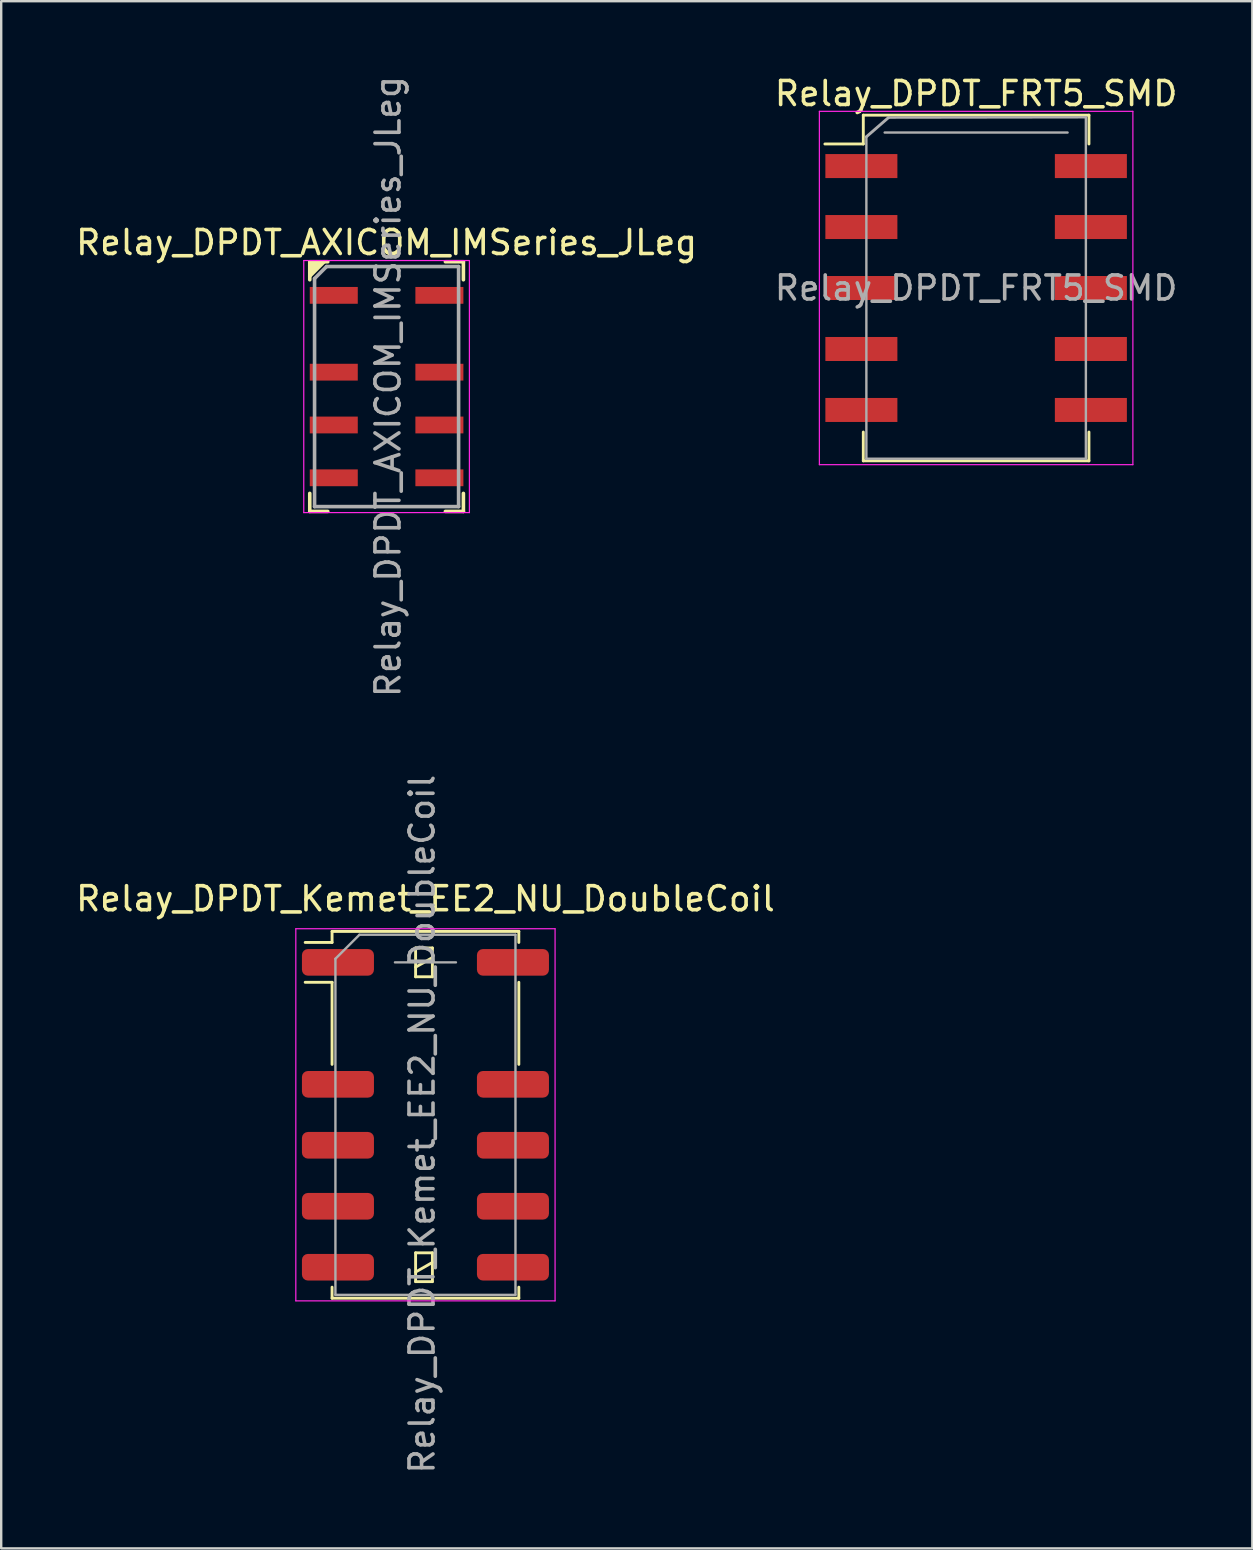
<source format=kicad_pcb>
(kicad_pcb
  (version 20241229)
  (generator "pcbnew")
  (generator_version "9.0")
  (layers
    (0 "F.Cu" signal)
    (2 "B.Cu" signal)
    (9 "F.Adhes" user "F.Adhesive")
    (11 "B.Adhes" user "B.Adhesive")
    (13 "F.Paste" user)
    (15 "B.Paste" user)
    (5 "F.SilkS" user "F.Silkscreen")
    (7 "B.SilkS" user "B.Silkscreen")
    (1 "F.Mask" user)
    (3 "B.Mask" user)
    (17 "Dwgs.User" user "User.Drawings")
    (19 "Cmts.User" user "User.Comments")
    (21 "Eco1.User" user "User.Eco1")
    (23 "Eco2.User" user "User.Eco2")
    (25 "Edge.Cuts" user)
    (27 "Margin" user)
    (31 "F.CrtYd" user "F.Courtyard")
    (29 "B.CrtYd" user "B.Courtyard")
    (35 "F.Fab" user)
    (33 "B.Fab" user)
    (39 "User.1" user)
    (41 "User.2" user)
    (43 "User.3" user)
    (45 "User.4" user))
  (footprint "Relay_DPDT_Kemet_EE2_NU_DoubleCoil"
    (layer "F.Cu")
    (at 14.673 43.39)
    (property "Reference" "Relay_DPDT_Kemet_EE2_NU_DoubleCoil" (at 0 -9 180) (layer "F.SilkS") (effects (font (size 1 1) (thickness 0.15))))
    (attr smd)
    (fp_line (start -3.89 -7.64) (end -3.89 -7.18) (stroke (width 0.12) (type solid)) (layer "F.SilkS"))
    (fp_line (start -3.89 -7.18) (end -5.01 -7.18) (stroke (width 0.12) (type solid)) (layer "F.SilkS"))
    (fp_line (start -3.89 -5.52) (end -5.01 -5.52) (stroke (width 0.12) (type solid)) (layer "F.SilkS"))
    (fp_line (start -3.89 -5.52) (end -3.89 -2.1) (stroke (width 0.12) (type solid)) (layer "F.SilkS"))
    (fp_line (start -3.89 7.18) (end -3.89 7.64) (stroke (width 0.12) (type solid)) (layer "F.SilkS"))
    (fp_line (start -0.41 -6.95) (end -0.41 -5.75) (stroke (width 0.12) (type solid)) (layer "F.SilkS"))
    (fp_line (start -0.41 -6.15) (end 0.29 -6.55) (stroke (width 0.12) (type solid)) (layer "F.SilkS"))
    (fp_line (start -0.41 -5.75) (end 0.29 -5.75) (stroke (width 0.12) (type solid)) (layer "F.SilkS"))
    (fp_line (start -0.41 5.75) (end -0.41 6.95) (stroke (width 0.12) (type solid)) (layer "F.SilkS"))
    (fp_line (start -0.41 6.55) (end 0.29 6.15) (stroke (width 0.12) (type solid)) (layer "F.SilkS"))
    (fp_line (start -0.41 6.95) (end 0.29 6.95) (stroke (width 0.12) (type solid)) (layer "F.SilkS"))
    (fp_line (start 0.29 -6.95) (end -0.41 -6.95) (stroke (width 0.12) (type solid)) (layer "F.SilkS"))
    (fp_line (start 0.29 -5.75) (end 0.29 -6.95) (stroke (width 0.12) (type solid)) (layer "F.SilkS"))
    (fp_line (start 0.29 5.75) (end -0.41 5.75) (stroke (width 0.12) (type solid)) (layer "F.SilkS"))
    (fp_line (start 0.29 6.95) (end 0.29 5.75) (stroke (width 0.12) (type solid)) (layer "F.SilkS"))
    (fp_line (start 3.89 -7.64) (end -3.89 -7.64) (stroke (width 0.12) (type solid)) (layer "F.SilkS"))
    (fp_line (start 3.89 -7.64) (end 3.89 -7.18) (stroke (width 0.12) (type solid)) (layer "F.SilkS"))
    (fp_line (start 3.89 -5.52) (end 3.89 -2.1) (stroke (width 0.12) (type solid)) (layer "F.SilkS"))
    (fp_line (start 3.89 7.18) (end 3.89 7.64) (stroke (width 0.12) (type solid)) (layer "F.SilkS"))
    (fp_line (start 3.89 7.64) (end -3.89 7.64) (stroke (width 0.12) (type solid)) (layer "F.SilkS"))
    (fp_line (start -5.4 -7.75) (end -5.4 7.75) (stroke (width 0.05) (type solid)) (layer "F.CrtYd"))
    (fp_line (start -5.4 7.75) (end 5.4 7.75) (stroke (width 0.05) (type solid)) (layer "F.CrtYd"))
    (fp_line (start 5.4 -7.75) (end -5.4 -7.75) (stroke (width 0.05) (type solid)) (layer "F.CrtYd"))
    (fp_line (start 5.4 -7.75) (end 5.4 7.75) (stroke (width 0.05) (type solid)) (layer "F.CrtYd"))
    (fp_line (start -3.75 -6.5) (end -3.75 7.5) (stroke (width 0.1) (type solid)) (layer "F.Fab"))
    (fp_line (start -3.75 -6.5) (end -2.75 -7.5) (stroke (width 0.1) (type solid)) (layer "F.Fab"))
    (fp_line (start -1.27 -6.35) (end 1.27 -6.35) (stroke (width 0.1) (type solid)) (layer "F.Fab"))
    (fp_line (start 3.75 -7.5) (end -2.75 -7.5) (stroke (width 0.1) (type solid)) (layer "F.Fab"))
    (fp_line (start 3.75 -7.5) (end 3.75 7.5) (stroke (width 0.1) (type solid)) (layer "F.Fab"))
    (fp_line (start 3.75 7.5) (end -3.75 7.5) (stroke (width 0.1) (type solid)) (layer "F.Fab"))
    (fp_text user "${REFERENCE}" (at -0.14 0.39 90) (layer "F.Fab") (effects (font (size 1 1) (thickness 0.15))))
    (pad "1" smd roundrect (at -3.645 -6.35 270) (size 1.11 3) (layers "F.Cu" "F.Mask" "F.Paste") (roundrect_rratio 0.225))
    (pad "3" smd roundrect (at -3.645 -1.27 270) (size 1.11 3) (layers "F.Cu" "F.Mask" "F.Paste") (roundrect_rratio 0.225))
    (pad "4" smd roundrect (at -3.645 1.27 270) (size 1.11 3) (layers "F.Cu" "F.Mask" "F.Paste") (roundrect_rratio 0.225))
    (pad "5" smd roundrect (at -3.645 3.81 270) (size 1.11 3) (layers "F.Cu" "F.Mask" "F.Paste") (roundrect_rratio 0.225))
    (pad "6" smd roundrect (at -3.645 6.35 270) (size 1.11 3) (layers "F.Cu" "F.Mask" "F.Paste") (roundrect_rratio 0.225))
    (pad "7" smd roundrect (at 3.645 6.35 270) (size 1.11 3) (layers "F.Cu" "F.Mask" "F.Paste") (roundrect_rratio 0.225))
    (pad "8" smd roundrect (at 3.645 3.81 270) (size 1.11 3) (layers "F.Cu" "F.Mask" "F.Paste") (roundrect_rratio 0.225))
    (pad "9" smd roundrect (at 3.645 1.27 270) (size 1.11 3) (layers "F.Cu" "F.Mask" "F.Paste") (roundrect_rratio 0.225))
    (pad "10" smd roundrect (at 3.645 -1.27 270) (size 1.11 3) (layers "F.Cu" "F.Mask" "F.Paste") (roundrect_rratio 0.225))
    (pad "12" smd roundrect (at 3.645 -6.35 270) (size 1.11 3) (layers "F.Cu" "F.Mask" "F.Paste") (roundrect_rratio 0.225)))
  (footprint "Relay_DPDT_AXICOM_IMSeries_JLeg"
    (layer "F.Cu")
    (at 13.054 13.054)
    (property "Reference" "Relay_DPDT_AXICOM_IMSeries_JLeg" (at 0 -6 0) (layer "F.SilkS") (effects (font (size 1 1) (thickness 0.15))))
    (attr smd)
    (fp_line (start -3.2 -5.2) (end -3.2 -4.45) (stroke (width 0.15) (type solid)) (layer "F.SilkS"))
    (fp_line (start -3.2 4.45) (end -3.2 5.2) (stroke (width 0.15) (type solid)) (layer "F.SilkS"))
    (fp_line (start -3.2 5.2) (end -2.45 5.2) (stroke (width 0.15) (type solid)) (layer "F.SilkS"))
    (fp_line (start -3.05 -5.2) (end -3.2 -5.05) (stroke (width 0.15) (type solid)) (layer "F.SilkS"))
    (fp_line (start -2.9 -5.2) (end -3.2 -4.9) (stroke (width 0.15) (type solid)) (layer "F.SilkS"))
    (fp_line (start -2.75 -5.2) (end -3.2 -4.75) (stroke (width 0.15) (type solid)) (layer "F.SilkS"))
    (fp_line (start -2.6 -5.2) (end -3.2 -4.6) (stroke (width 0.15) (type solid)) (layer "F.SilkS"))
    (fp_line (start -2.45 -5.2) (end -3.2 -5.2) (stroke (width 0.15) (type solid)) (layer "F.SilkS"))
    (fp_line (start 2.45 -5.2) (end 3.2 -5.2) (stroke (width 0.15) (type solid)) (layer "F.SilkS"))
    (fp_line (start 2.45 5.2) (end 3.2 5.2) (stroke (width 0.15) (type solid)) (layer "F.SilkS"))
    (fp_line (start 3.2 -5.2) (end 3.2 -4.45) (stroke (width 0.15) (type solid)) (layer "F.SilkS"))
    (fp_line (start 3.2 4.45) (end 3.2 5.2) (stroke (width 0.15) (type solid)) (layer "F.SilkS"))
    (fp_line (start -3.45 -5.25) (end -3.45 5.25) (stroke (width 0.05) (type solid)) (layer "F.CrtYd"))
    (fp_line (start -3.45 5.25) (end 3.45 5.25) (stroke (width 0.05) (type solid)) (layer "F.CrtYd"))
    (fp_line (start 3.45 -5.25) (end -3.45 -5.25) (stroke (width 0.05) (type solid)) (layer "F.CrtYd"))
    (fp_line (start 3.45 5.25) (end 3.45 -5.25) (stroke (width 0.05) (type solid)) (layer "F.CrtYd"))
    (fp_line (start -3 -4.5) (end -2.5 -5) (stroke (width 0.15) (type solid)) (layer "F.Fab"))
    (fp_line (start -3 5) (end -3 -4.5) (stroke (width 0.15) (type solid)) (layer "F.Fab"))
    (fp_line (start -2.5 -5) (end 3 -5) (stroke (width 0.15) (type solid)) (layer "F.Fab"))
    (fp_line (start 3 -5) (end 3 5) (stroke (width 0.15) (type solid)) (layer "F.Fab"))
    (fp_line (start 3 5) (end -3 5) (stroke (width 0.15) (type solid)) (layer "F.Fab"))
    (fp_text user "${REFERENCE}" (at 0.06 0 90) (layer "F.Fab") (effects (font (size 1 1) (thickness 0.15))))
    (pad "1" smd rect (at -2.2 -3.8) (size 2 0.7) (layers "F.Cu" "F.Mask" "F.Paste"))
    (pad "2" smd rect (at -2.2 -0.6) (size 2 0.7) (layers "F.Cu" "F.Mask" "F.Paste"))
    (pad "3" smd rect (at -2.2 1.6) (size 2 0.7) (layers "F.Cu" "F.Mask" "F.Paste"))
    (pad "4" smd rect (at -2.2 3.8) (size 2 0.7) (layers "F.Cu" "F.Mask" "F.Paste"))
    (pad "5" smd rect (at 2.2 3.8) (size 2 0.7) (layers "F.Cu" "F.Mask" "F.Paste"))
    (pad "6" smd rect (at 2.2 1.6) (size 2 0.7) (layers "F.Cu" "F.Mask" "F.Paste"))
    (pad "7" smd rect (at 2.2 -0.6) (size 2 0.7) (layers "F.Cu" "F.Mask" "F.Paste"))
    (pad "8" smd rect (at 2.2 -3.8) (size 2 0.7) (layers "F.Cu" "F.Mask" "F.Paste")))
  (footprint "Relay_DPDT_FRT5_SMD"
    (layer "F.Cu")
    (at 37.613 8.948)
    (property "Reference" "Relay_DPDT_FRT5_SMD" (at 0 -8.1 0) (layer "F.SilkS") (effects (font (size 1 1) (thickness 0.15))))
    (attr smd)
    (fp_line (start -4.7 -7.2) (end -4.7 -6) (stroke (width 0.12) (type solid)) (layer "F.SilkS"))
    (fp_line (start -4.7 -7.2) (end 4.7 -7.2) (stroke (width 0.12) (type solid)) (layer "F.SilkS"))
    (fp_line (start -4.7 -6) (end -6.3 -6) (stroke (width 0.12) (type solid)) (layer "F.SilkS"))
    (fp_line (start -4.7 7.2) (end -4.7 6) (stroke (width 0.12) (type solid)) (layer "F.SilkS"))
    (fp_line (start 4.7 -7.2) (end 4.7 -6) (stroke (width 0.12) (type solid)) (layer "F.SilkS"))
    (fp_line (start 4.7 7.2) (end -4.7 7.2) (stroke (width 0.12) (type solid)) (layer "F.SilkS"))
    (fp_line (start 4.7 7.2) (end 4.7 6) (stroke (width 0.12) (type solid)) (layer "F.SilkS"))
    (fp_line (start -6.53 -7.36) (end -6.53 7.36) (stroke (width 0.05) (type solid)) (layer "F.CrtYd"))
    (fp_line (start -6.53 -7.36) (end 6.53 -7.36) (stroke (width 0.05) (type solid)) (layer "F.CrtYd"))
    (fp_line (start 6.53 7.36) (end -6.53 7.36) (stroke (width 0.05) (type solid)) (layer "F.CrtYd"))
    (fp_line (start 6.53 7.36) (end 6.53 -7.36) (stroke (width 0.05) (type solid)) (layer "F.CrtYd"))
    (fp_line (start -4.572 -6.3) (end -3.65 -7.1) (stroke (width 0.12) (type solid)) (layer "F.Fab"))
    (fp_line (start -4.572 7.112) (end -4.572 -6.3) (stroke (width 0.1) (type solid)) (layer "F.Fab"))
    (fp_line (start -3.81 -6.477) (end 3.81 -6.477) (stroke (width 0.1) (type solid)) (layer "F.Fab"))
    (fp_line (start -3.65 -7.1) (end 4.572 -7.112) (stroke (width 0.1) (type solid)) (layer "F.Fab"))
    (fp_line (start 4.572 -7.112) (end 4.572 7.112) (stroke (width 0.1) (type solid)) (layer "F.Fab"))
    (fp_line (start 4.572 7.112) (end -4.572 7.112) (stroke (width 0.1) (type solid)) (layer "F.Fab"))
    (fp_text user "${REFERENCE}" (at 0 0 0) (layer "F.Fab") (effects (font (size 1 1) (thickness 0.15))))
    (pad "1" smd rect (at -4.78 -5.08) (size 3 1) (layers "F.Cu" "F.Mask" "F.Paste"))
    (pad "2" smd rect (at -4.78 -2.54) (size 3 1) (layers "F.Cu" "F.Mask" "F.Paste"))
    (pad "3" smd rect (at -4.78 0) (size 3 1) (layers "F.Cu" "F.Mask" "F.Paste"))
    (pad "4" smd rect (at -4.78 2.54) (size 3 1) (layers "F.Cu" "F.Mask" "F.Paste"))
    (pad "5" smd rect (at -4.78 5.08) (size 3 1) (layers "F.Cu" "F.Mask" "F.Paste"))
    (pad "6" smd rect (at 4.78 5.08) (size 3 1) (layers "F.Cu" "F.Mask" "F.Paste"))
    (pad "7" smd rect (at 4.78 2.54) (size 3 1) (layers "F.Cu" "F.Mask" "F.Paste"))
    (pad "8" smd rect (at 4.78 0) (size 3 1) (layers "F.Cu" "F.Mask" "F.Paste"))
    (pad "9" smd rect (at 4.78 -2.54) (size 3 1) (layers "F.Cu" "F.Mask" "F.Paste"))
    (pad "10" smd rect (at 4.78 -5.08) (size 3 1) (layers "F.Cu" "F.Mask" "F.Paste")))
  (gr_rect
    (start -3 -3)
    (end 49.119 61.452)
    (stroke (width 0.1) (type default))
    (fill no)
    (layer "Edge.Cuts")))
</source>
